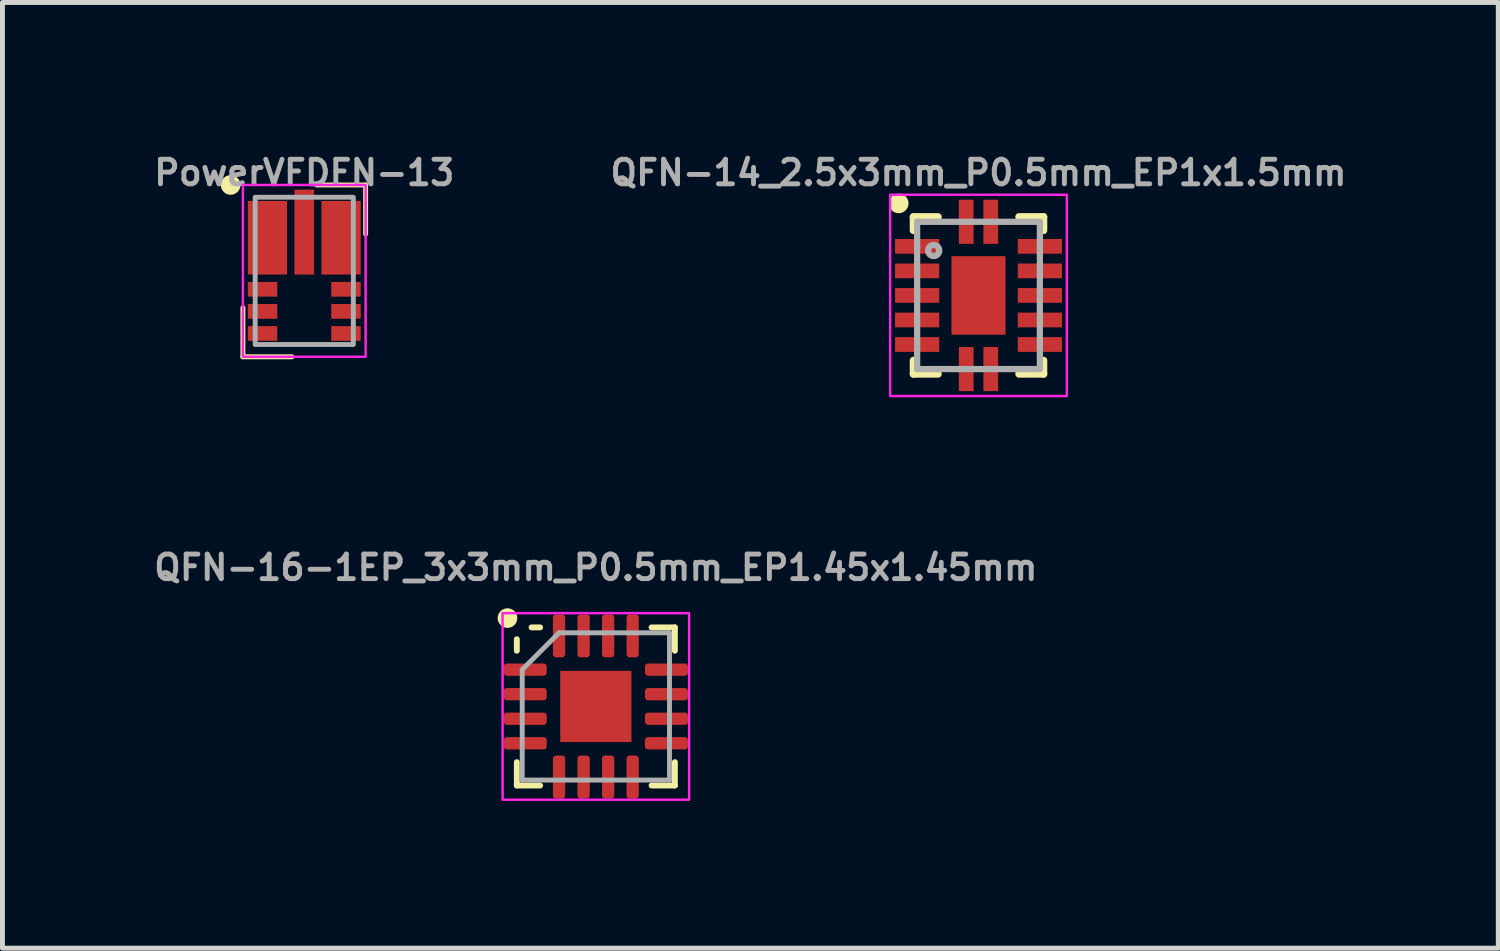
<source format=kicad_pcb>
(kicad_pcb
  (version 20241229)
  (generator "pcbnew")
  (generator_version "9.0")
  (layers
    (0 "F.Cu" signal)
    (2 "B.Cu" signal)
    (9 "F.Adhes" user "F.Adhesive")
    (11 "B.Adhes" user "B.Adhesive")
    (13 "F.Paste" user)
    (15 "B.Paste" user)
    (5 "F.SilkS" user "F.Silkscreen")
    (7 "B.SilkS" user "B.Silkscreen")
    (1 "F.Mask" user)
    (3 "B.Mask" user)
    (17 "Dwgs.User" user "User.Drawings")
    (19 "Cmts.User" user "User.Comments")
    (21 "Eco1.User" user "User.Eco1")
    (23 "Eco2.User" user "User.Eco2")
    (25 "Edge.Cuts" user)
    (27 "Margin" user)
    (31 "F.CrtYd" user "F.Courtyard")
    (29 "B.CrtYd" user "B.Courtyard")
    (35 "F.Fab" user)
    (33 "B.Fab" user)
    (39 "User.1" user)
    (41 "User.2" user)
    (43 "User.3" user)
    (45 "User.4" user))
  (footprint "QFN-14_2.5x3mm_P0.5mm_EP1x1.5mm"
    (layer "F.Cu")
    (at 16.883 2.968)
    (property "Reference" "QFN-14_2.5x3mm_P0.5mm_EP1x1.5mm" (at 0 -2.5 0) (layer "F.Fab") (effects (font (size 0.5 0.5) (thickness 0.1) (bold yes))))
    (attr smd)
    (fp_line (start -1.325 -1.6) (end -0.825 -1.6) (stroke (width 0.152) (type solid)) (layer "F.SilkS"))
    (fp_line (start -1.325 -1.325) (end -1.325 -1.6) (stroke (width 0.152) (type solid)) (layer "F.SilkS"))
    (fp_line (start -1.325 1.6) (end -1.325 1.325) (stroke (width 0.152) (type solid)) (layer "F.SilkS"))
    (fp_line (start -0.825 1.6) (end -1.325 1.6) (stroke (width 0.152) (type solid)) (layer "F.SilkS"))
    (fp_line (start 0.825 -1.6) (end 1.325 -1.6) (stroke (width 0.152) (type solid)) (layer "F.SilkS"))
    (fp_line (start 1.325 -1.6) (end 1.325 -1.325) (stroke (width 0.152) (type solid)) (layer "F.SilkS"))
    (fp_line (start 1.325 1.325) (end 1.325 1.6) (stroke (width 0.152) (type solid)) (layer "F.SilkS"))
    (fp_line (start 1.325 1.6) (end 0.825 1.6) (stroke (width 0.152) (type solid)) (layer "F.SilkS"))
    (fp_circle (center -1.625 -1.875) (end -1.725 -1.875) (stroke (width 0.2) (type solid)) (fill yes) (layer "F.SilkS"))
    (fp_poly (pts (xy -0.825 -0.875) (xy -0.825 -1.125) (xy -1.675 -1.125) (xy -1.675 -0.875)) (stroke (width 0) (type default)) (fill yes) (layer "F.Paste"))
    (fp_poly (pts (xy -0.825 -0.375) (xy -0.825 -0.625) (xy -1.675 -0.625) (xy -1.675 -0.375)) (stroke (width 0) (type default)) (fill yes) (layer "F.Paste"))
    (fp_poly (pts (xy -0.825 0.125) (xy -0.825 -0.125) (xy -1.675 -0.125) (xy -1.675 0.125)) (stroke (width 0) (type default)) (fill yes) (layer "F.Paste"))
    (fp_poly (pts (xy -0.825 0.625) (xy -0.825 0.375) (xy -1.675 0.375) (xy -1.675 0.625)) (stroke (width 0) (type default)) (fill yes) (layer "F.Paste"))
    (fp_poly (pts (xy -0.825 1.125) (xy -0.825 0.875) (xy -1.675 0.875) (xy -1.675 1.125)) (stroke (width 0) (type default)) (fill yes) (layer "F.Paste"))
    (fp_poly (pts (xy -0.2 -0.25) (xy -0.2 -0.7) (xy -0.45 -0.7) (xy -0.45 -0.25)) (stroke (width 0) (type default)) (fill yes) (layer "F.Paste"))
    (fp_poly (pts (xy -0.2 0.7) (xy -0.2 0.25) (xy -0.45 0.25) (xy -0.45 0.7)) (stroke (width 0) (type default)) (fill yes) (layer "F.Paste"))
    (fp_poly (pts (xy -0.125 -1.925) (xy -0.375 -1.925) (xy -0.375 -1.075) (xy -0.125 -1.075)) (stroke (width 0) (type default)) (fill yes) (layer "F.Paste"))
    (fp_poly (pts (xy -0.125 1.075) (xy -0.375 1.075) (xy -0.375 1.925) (xy -0.125 1.925)) (stroke (width 0) (type default)) (fill yes) (layer "F.Paste"))
    (fp_poly (pts (xy 0.375 -1.925) (xy 0.125 -1.925) (xy 0.125 -1.075) (xy 0.375 -1.075)) (stroke (width 0) (type default)) (fill yes) (layer "F.Paste"))
    (fp_poly (pts (xy 0.375 1.075) (xy 0.125 1.075) (xy 0.125 1.925) (xy 0.375 1.925)) (stroke (width 0) (type default)) (fill yes) (layer "F.Paste"))
    (fp_poly (pts (xy 0.45 -0.25) (xy 0.45 -0.7) (xy 0.2 -0.7) (xy 0.2 -0.25)) (stroke (width 0) (type default)) (fill yes) (layer "F.Paste"))
    (fp_poly (pts (xy 0.45 0.7) (xy 0.45 0.25) (xy 0.2 0.25) (xy 0.2 0.7)) (stroke (width 0) (type default)) (fill yes) (layer "F.Paste"))
    (fp_poly (pts (xy 0.825 -1.125) (xy 0.825 -0.875) (xy 1.675 -0.875) (xy 1.675 -1.125)) (stroke (width 0) (type default)) (fill yes) (layer "F.Paste"))
    (fp_poly (pts (xy 0.825 -0.625) (xy 0.825 -0.375) (xy 1.675 -0.375) (xy 1.675 -0.625)) (stroke (width 0) (type default)) (fill yes) (layer "F.Paste"))
    (fp_poly (pts (xy 0.825 -0.125) (xy 0.825 0.125) (xy 1.675 0.125) (xy 1.675 -0.125)) (stroke (width 0) (type default)) (fill yes) (layer "F.Paste"))
    (fp_poly (pts (xy 0.825 0.375) (xy 0.825 0.625) (xy 1.675 0.625) (xy 1.675 0.375)) (stroke (width 0) (type default)) (fill yes) (layer "F.Paste"))
    (fp_poly (pts (xy 0.825 0.875) (xy 0.825 1.125) (xy 1.675 1.125) (xy 1.675 0.875)) (stroke (width 0) (type default)) (fill yes) (layer "F.Paste"))
    (fp_rect (start -1.8 -2.05) (end 1.8 2.05) (stroke (width 0.05) (type default)) (fill no) (layer "F.CrtYd"))
    (fp_line (start -1.25 1.5) (end -1.25 -1.5) (stroke (width 0.127) (type solid)) (layer "F.Fab"))
    (fp_line (start -1.25 1.5) (end 1.25 1.5) (stroke (width 0.127) (type solid)) (layer "F.Fab"))
    (fp_line (start 1.25 -1.5) (end -1.25 -1.5) (stroke (width 0.127) (type solid)) (layer "F.Fab"))
    (fp_line (start 1.25 -1.5) (end 1.25 1.5) (stroke (width 0.127) (type solid)) (layer "F.Fab"))
    (fp_circle (center -0.913 -0.915) (end -0.863 -0.915) (stroke (width 0.127) (type solid)) (fill no) (layer "F.Fab"))
    (pad "1" smd rect (at -0.25 -1.5 270) (size 0.9 0.3) (layers "F.Cu" "F.Mask"))
    (pad "2" smd rect (at -1.25 -1 180) (size 0.9 0.3) (layers "F.Cu" "F.Mask"))
    (pad "3" smd rect (at -1.25 -0.5 180) (size 0.9 0.3) (layers "F.Cu" "F.Mask"))
    (pad "4" smd rect (at -1.25 0 180) (size 0.9 0.3) (layers "F.Cu" "F.Mask"))
    (pad "5" smd rect (at -1.25 0.5 180) (size 0.9 0.3) (layers "F.Cu" "F.Mask"))
    (pad "6" smd rect (at -1.25 1 180) (size 0.9 0.3) (layers "F.Cu" "F.Mask"))
    (pad "7" smd rect (at -0.25 1.5 90) (size 0.9 0.3) (layers "F.Cu" "F.Mask"))
    (pad "8" smd rect (at 0.25 1.5 90) (size 0.9 0.3) (layers "F.Cu" "F.Mask"))
    (pad "9" smd rect (at 1.25 1) (size 0.9 0.3) (layers "F.Cu" "F.Mask"))
    (pad "10" smd rect (at 1.25 0.5) (size 0.9 0.3) (layers "F.Cu" "F.Mask"))
    (pad "11" smd rect (at 1.25 0) (size 0.9 0.3) (layers "F.Cu" "F.Mask"))
    (pad "12" smd rect (at 1.25 -0.5) (size 0.9 0.3) (layers "F.Cu" "F.Mask"))
    (pad "13" smd rect (at 1.25 -1) (size 0.9 0.3) (layers "F.Cu" "F.Mask"))
    (pad "14" smd rect (at 0.25 -1.5 270) (size 0.9 0.3) (layers "F.Cu" "F.Mask"))
    (pad "EP" smd rect (at 0 0) (size 1.1 1.6) (layers "F.Cu" "F.Mask")))
  (footprint "QFN-16-1EP_3x3mm_P0.5mm_EP1.45x1.45mm"
    (layer "F.Cu")
    (at 9.088 11.341)
    (property "Reference" "QFN-16-1EP_3x3mm_P0.5mm_EP1.45x1.45mm" (at 0 -2.83 0) (layer "F.Fab") (effects (font (size 0.5 0.5) (thickness 0.1))))
    (attr smd)
    (fp_line (start -1.61 -1.135) (end -1.61 -1.37) (stroke (width 0.12) (type solid)) (layer "F.SilkS"))
    (fp_line (start -1.61 1.61) (end -1.61 1.135) (stroke (width 0.12) (type solid)) (layer "F.SilkS"))
    (fp_line (start -1.135 -1.61) (end -1.31 -1.61) (stroke (width 0.12) (type solid)) (layer "F.SilkS"))
    (fp_line (start -1.135 1.61) (end -1.61 1.61) (stroke (width 0.12) (type solid)) (layer "F.SilkS"))
    (fp_line (start 1.135 -1.61) (end 1.61 -1.61) (stroke (width 0.12) (type solid)) (layer "F.SilkS"))
    (fp_line (start 1.135 1.61) (end 1.61 1.61) (stroke (width 0.12) (type solid)) (layer "F.SilkS"))
    (fp_line (start 1.61 -1.61) (end 1.61 -1.135) (stroke (width 0.12) (type solid)) (layer "F.SilkS"))
    (fp_line (start 1.61 1.61) (end 1.61 1.135) (stroke (width 0.12) (type solid)) (layer "F.SilkS"))
    (fp_circle (center -1.8 -1.8) (end -1.9 -1.8) (stroke (width 0.2) (type solid)) (fill yes) (layer "F.SilkS"))
    (fp_rect (start -1.9 -1.9) (end 1.9 1.9) (stroke (width 0.05) (type default)) (fill no) (layer "F.CrtYd"))
    (fp_line (start -1.5 -0.75) (end -0.75 -1.5) (stroke (width 0.1) (type solid)) (layer "F.Fab"))
    (fp_line (start -1.5 1.5) (end -1.5 -0.75) (stroke (width 0.1) (type solid)) (layer "F.Fab"))
    (fp_line (start -0.75 -1.5) (end 1.5 -1.5) (stroke (width 0.1) (type solid)) (layer "F.Fab"))
    (fp_line (start 1.5 -1.5) (end 1.5 1.5) (stroke (width 0.1) (type solid)) (layer "F.Fab"))
    (fp_line (start 1.5 1.5) (end -1.5 1.5) (stroke (width 0.1) (type solid)) (layer "F.Fab"))
    (pad "" smd roundrect (at -0.36 -0.36) (size 0.58 0.58) (layers "F.Paste") (roundrect_rratio 0.25))
    (pad "" smd roundrect (at -0.36 0.36) (size 0.58 0.58) (layers "F.Paste") (roundrect_rratio 0.25))
    (pad "" smd roundrect (at 0.36 -0.36) (size 0.58 0.58) (layers "F.Paste") (roundrect_rratio 0.25))
    (pad "" smd roundrect (at 0.36 0.36) (size 0.58 0.58) (layers "F.Paste") (roundrect_rratio 0.25))
    (pad "1" smd roundrect (at -1.438 -0.75) (size 0.875 0.25) (layers "F.Cu" "F.Mask" "F.Paste") (roundrect_rratio 0.25))
    (pad "2" smd roundrect (at -1.438 -0.25) (size 0.875 0.25) (layers "F.Cu" "F.Mask" "F.Paste") (roundrect_rratio 0.25))
    (pad "3" smd roundrect (at -1.438 0.25) (size 0.875 0.25) (layers "F.Cu" "F.Mask" "F.Paste") (roundrect_rratio 0.25))
    (pad "4" smd roundrect (at -1.438 0.75) (size 0.875 0.25) (layers "F.Cu" "F.Mask" "F.Paste") (roundrect_rratio 0.25))
    (pad "5" smd roundrect (at -0.75 1.438) (size 0.25 0.875) (layers "F.Cu" "F.Mask" "F.Paste") (roundrect_rratio 0.25))
    (pad "6" smd roundrect (at -0.25 1.438) (size 0.25 0.875) (layers "F.Cu" "F.Mask" "F.Paste") (roundrect_rratio 0.25))
    (pad "7" smd roundrect (at 0.25 1.438) (size 0.25 0.875) (layers "F.Cu" "F.Mask" "F.Paste") (roundrect_rratio 0.25))
    (pad "8" smd roundrect (at 0.75 1.438) (size 0.25 0.875) (layers "F.Cu" "F.Mask" "F.Paste") (roundrect_rratio 0.25))
    (pad "9" smd roundrect (at 1.438 0.75) (size 0.875 0.25) (layers "F.Cu" "F.Mask" "F.Paste") (roundrect_rratio 0.25))
    (pad "10" smd roundrect (at 1.438 0.25) (size 0.875 0.25) (layers "F.Cu" "F.Mask" "F.Paste") (roundrect_rratio 0.25))
    (pad "11" smd roundrect (at 1.438 -0.25) (size 0.875 0.25) (layers "F.Cu" "F.Mask" "F.Paste") (roundrect_rratio 0.25))
    (pad "12" smd roundrect (at 1.438 -0.75) (size 0.875 0.25) (layers "F.Cu" "F.Mask" "F.Paste") (roundrect_rratio 0.25))
    (pad "13" smd roundrect (at 0.75 -1.438) (size 0.25 0.875) (layers "F.Cu" "F.Mask" "F.Paste") (roundrect_rratio 0.25))
    (pad "14" smd roundrect (at 0.25 -1.438) (size 0.25 0.875) (layers "F.Cu" "F.Mask" "F.Paste") (roundrect_rratio 0.25))
    (pad "15" smd roundrect (at -0.25 -1.438) (size 0.25 0.875) (layers "F.Cu" "F.Mask" "F.Paste") (roundrect_rratio 0.25))
    (pad "16" smd roundrect (at -0.75 -1.438) (size 0.25 0.875) (layers "F.Cu" "F.Mask" "F.Paste") (roundrect_rratio 0.25))
    (pad "17" smd rect (at 0 0) (size 1.45 1.45) (property pad_prop_heatsink) (layers "F.Cu" "F.Mask")))
  (footprint "PowerVFDFN-13"
    (layer "F.Cu")
    (at 3.148 2.468)
    (property "Reference" "PowerVFDFN-13" (at 0 -2 0) (layer "F.Fab") (effects (font (size 0.5 0.5) (thickness 0.1))))
    (fp_line (start -1.25 1.75) (end -1.25 0.75) (stroke (width 0.1) (type default)) (layer "F.SilkS"))
    (fp_line (start -1.25 1.75) (end -0.25 1.75) (stroke (width 0.1) (type default)) (layer "F.SilkS"))
    (fp_line (start 1.25 -1.75) (end 0.25 -1.75) (stroke (width 0.1) (type default)) (layer "F.SilkS"))
    (fp_line (start 1.25 -1.75) (end 1.25 -0.75) (stroke (width 0.1) (type default)) (layer "F.SilkS"))
    (fp_circle (center -1.5 -1.75) (end -1.4 -1.75) (stroke (width 0.2) (type solid)) (fill no) (layer "F.SilkS"))
    (fp_rect (start -1.08 0.26) (end -0.63 0.49) (stroke (width 0) (type solid)) (fill yes) (layer "F.Paste"))
    (fp_rect (start -1.08 0.71) (end -0.63 0.94) (stroke (width 0) (type solid)) (fill yes) (layer "F.Paste"))
    (fp_rect (start -1.08 1.16) (end -0.63 1.39) (stroke (width 0) (type solid)) (fill yes) (layer "F.Paste"))
    (fp_rect (start -1.05 -1.24) (end -0.45 -0.11) (stroke (width 0) (type solid)) (fill yes) (layer "F.Paste"))
    (fp_rect (start -0.15 -1.48) (end 0.15 -0.18) (stroke (width 0) (type solid)) (fill yes) (layer "F.Paste"))
    (fp_rect (start 0.45 -1.24) (end 1.05 -0.11) (stroke (width 0) (type solid)) (fill yes) (layer "F.Paste"))
    (fp_rect (start 0.63 0.26) (end 1.08 0.49) (stroke (width 0) (type solid)) (fill yes) (layer "F.Paste"))
    (fp_rect (start 0.63 0.71) (end 1.08 0.94) (stroke (width 0) (type solid)) (fill yes) (layer "F.Paste"))
    (fp_rect (start 0.63 1.16) (end 1.08 1.39) (stroke (width 0) (type solid)) (fill yes) (layer "F.Paste"))
    (fp_rect (start -1.25 -1.75) (end 1.25 1.75) (stroke (width 0.05) (type default)) (fill no) (layer "F.CrtYd"))
    (fp_rect (start -1 -1.5) (end 1 1.5) (stroke (width 0.1) (type default)) (fill no) (layer "F.Fab"))
    (pad "1" smd rect (at -0.75 -0.675) (size 0.8 1.5) (layers "F.Cu" "F.Mask"))
    (pad "2" smd rect (at -0.85 0.375) (size 0.6 0.3) (layers "F.Cu" "F.Mask"))
    (pad "3" smd rect (at -0.85 0.825) (size 0.6 0.3) (layers "F.Cu" "F.Mask"))
    (pad "4" smd rect (at -0.85 1.275) (size 0.6 0.3) (layers "F.Cu" "F.Mask"))
    (pad "5" smd rect (at 0.85 1.275) (size 0.6 0.3) (layers "F.Cu" "F.Mask"))
    (pad "6" smd rect (at 0.85 0.825) (size 0.6 0.3) (layers "F.Cu" "F.Mask"))
    (pad "7" smd rect (at 0.85 0.375) (size 0.6 0.3) (layers "F.Cu" "F.Mask"))
    (pad "8" smd rect (at 0.75 -0.675) (size 0.8 1.5) (layers "F.Cu" "F.Mask"))
    (pad "9" smd rect (at 0 -0.79) (size 0.4 1.73) (layers "F.Cu" "F.Mask")))
  (gr_rect
    (start -3 -3)
    (end 27.471 16.266)
    (stroke (width 0.1) (type default))
    (fill no)
    (layer "Edge.Cuts")))
</source>
